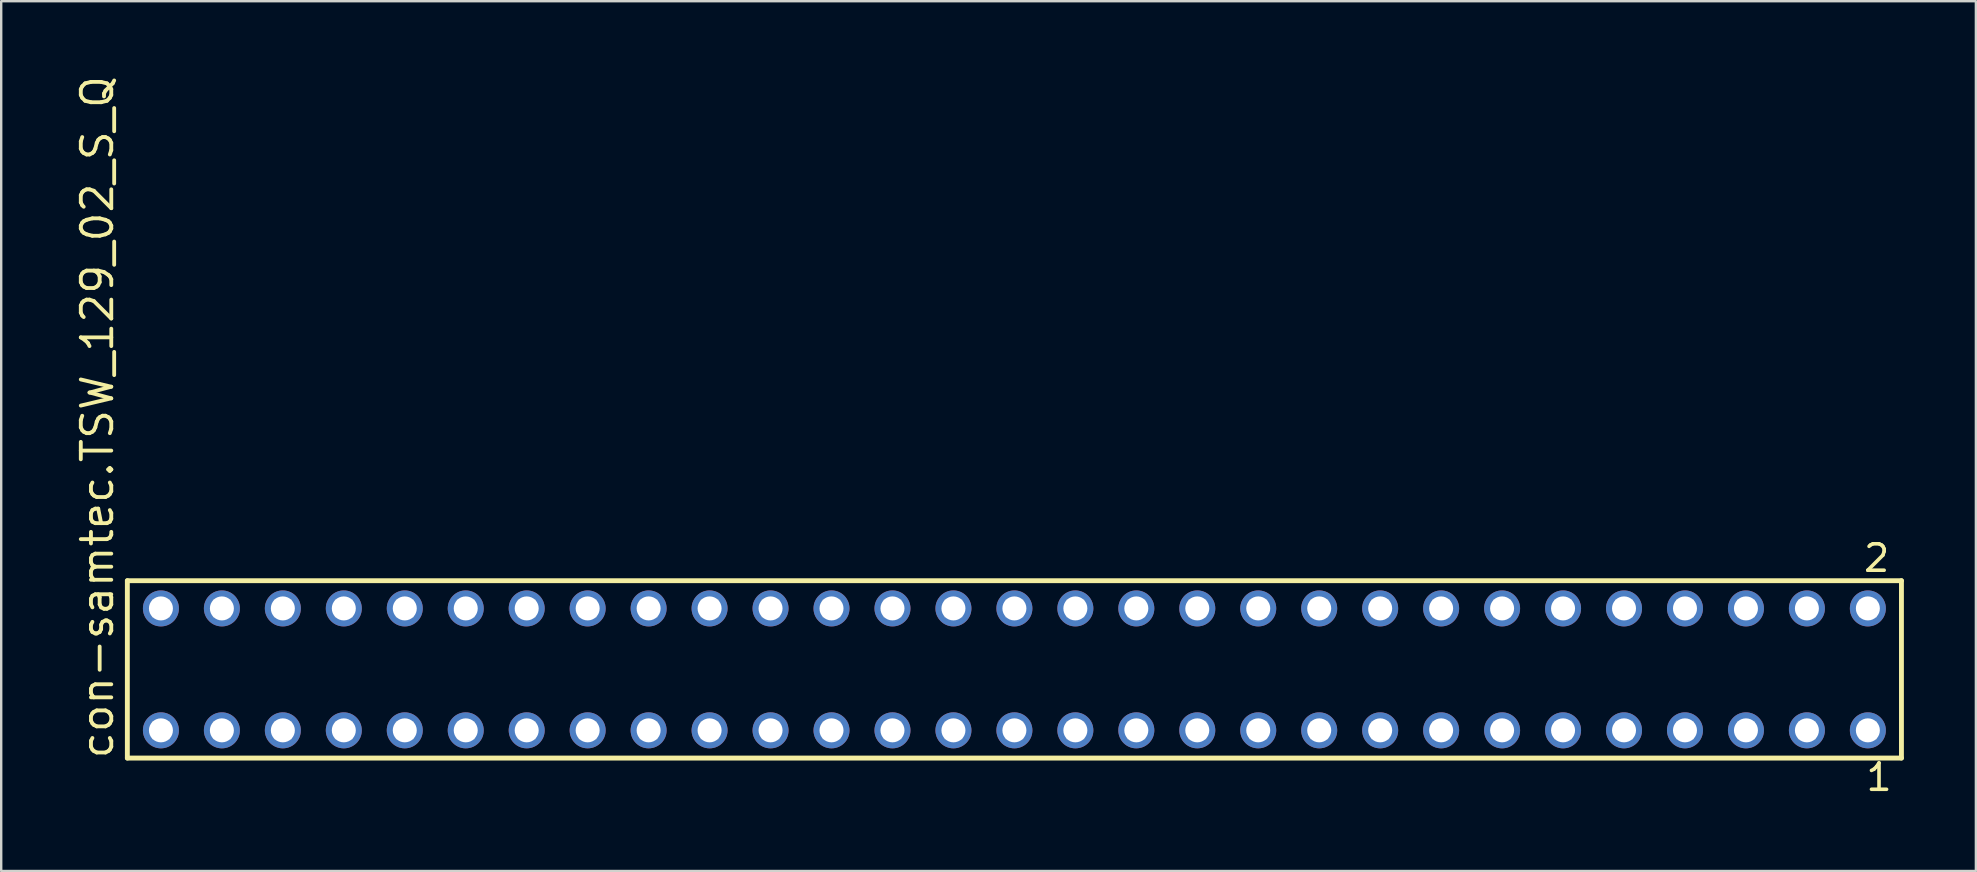
<source format=kicad_pcb>
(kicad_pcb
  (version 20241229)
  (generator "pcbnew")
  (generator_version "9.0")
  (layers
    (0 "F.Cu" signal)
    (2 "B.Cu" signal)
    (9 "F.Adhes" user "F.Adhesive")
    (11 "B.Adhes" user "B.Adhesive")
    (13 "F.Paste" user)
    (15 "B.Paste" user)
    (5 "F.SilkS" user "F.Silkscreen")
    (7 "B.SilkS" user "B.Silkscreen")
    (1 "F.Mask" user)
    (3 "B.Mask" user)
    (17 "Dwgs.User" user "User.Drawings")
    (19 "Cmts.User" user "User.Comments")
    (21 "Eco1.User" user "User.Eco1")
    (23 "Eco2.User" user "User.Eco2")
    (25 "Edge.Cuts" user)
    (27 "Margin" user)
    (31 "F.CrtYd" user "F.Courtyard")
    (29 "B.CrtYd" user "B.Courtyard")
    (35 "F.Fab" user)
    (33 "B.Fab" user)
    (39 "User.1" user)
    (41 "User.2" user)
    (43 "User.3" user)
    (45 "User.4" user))
  (footprint "con-samtec.TSW_129_02_S_Q"
    (layer "F.Cu")
    (at 39.215 24.84)
    (property "Reference" "con-samtec.TSW_129_02_S_Q" (at -37.465 3.81 90) (layer "F.SilkS") (effects (font (size 1.27 1.27) (thickness 0.16)) (justify left bottom)))
    (attr through_hole)
    (fp_line (start -36.959 -3.695) (end 36.959 -3.695) (stroke (width 0.203) (type default)) (layer "F.SilkS"))
    (fp_line (start -36.959 3.695) (end -36.959 -3.695) (stroke (width 0.203) (type default)) (layer "F.SilkS"))
    (fp_line (start 36.959 -3.695) (end 36.959 3.695) (stroke (width 0.203) (type default)) (layer "F.SilkS"))
    (fp_line (start 36.959 3.695) (end -36.959 3.695) (stroke (width 0.203) (type default)) (layer "F.SilkS"))
    (fp_rect (start -35.91 -2.19) (end -35.21 -2.89) (stroke (width 0.05) (type default)) (fill no) (layer "F.Fab"))
    (fp_rect (start -35.91 2.89) (end -35.21 2.19) (stroke (width 0.05) (type default)) (fill no) (layer "F.Fab"))
    (fp_rect (start -33.37 -2.19) (end -32.67 -2.89) (stroke (width 0.05) (type default)) (fill no) (layer "F.Fab"))
    (fp_rect (start -33.37 2.89) (end -32.67 2.19) (stroke (width 0.05) (type default)) (fill no) (layer "F.Fab"))
    (fp_rect (start -30.83 -2.19) (end -30.13 -2.89) (stroke (width 0.05) (type default)) (fill no) (layer "F.Fab"))
    (fp_rect (start -30.83 2.89) (end -30.13 2.19) (stroke (width 0.05) (type default)) (fill no) (layer "F.Fab"))
    (fp_rect (start -28.29 -2.19) (end -27.59 -2.89) (stroke (width 0.05) (type default)) (fill no) (layer "F.Fab"))
    (fp_rect (start -28.29 2.89) (end -27.59 2.19) (stroke (width 0.05) (type default)) (fill no) (layer "F.Fab"))
    (fp_rect (start -25.75 -2.19) (end -25.05 -2.89) (stroke (width 0.05) (type default)) (fill no) (layer "F.Fab"))
    (fp_rect (start -25.75 2.89) (end -25.05 2.19) (stroke (width 0.05) (type default)) (fill no) (layer "F.Fab"))
    (fp_rect (start -23.21 -2.19) (end -22.51 -2.89) (stroke (width 0.05) (type default)) (fill no) (layer "F.Fab"))
    (fp_rect (start -23.21 2.89) (end -22.51 2.19) (stroke (width 0.05) (type default)) (fill no) (layer "F.Fab"))
    (fp_rect (start -20.67 -2.19) (end -19.97 -2.89) (stroke (width 0.05) (type default)) (fill no) (layer "F.Fab"))
    (fp_rect (start -20.67 2.89) (end -19.97 2.19) (stroke (width 0.05) (type default)) (fill no) (layer "F.Fab"))
    (fp_rect (start -18.13 -2.19) (end -17.43 -2.89) (stroke (width 0.05) (type default)) (fill no) (layer "F.Fab"))
    (fp_rect (start -18.13 2.89) (end -17.43 2.19) (stroke (width 0.05) (type default)) (fill no) (layer "F.Fab"))
    (fp_rect (start -15.59 -2.19) (end -14.89 -2.89) (stroke (width 0.05) (type default)) (fill no) (layer "F.Fab"))
    (fp_rect (start -15.59 2.89) (end -14.89 2.19) (stroke (width 0.05) (type default)) (fill no) (layer "F.Fab"))
    (fp_rect (start -13.05 -2.19) (end -12.35 -2.89) (stroke (width 0.05) (type default)) (fill no) (layer "F.Fab"))
    (fp_rect (start -13.05 2.89) (end -12.35 2.19) (stroke (width 0.05) (type default)) (fill no) (layer "F.Fab"))
    (fp_rect (start -10.51 -2.19) (end -9.81 -2.89) (stroke (width 0.05) (type default)) (fill no) (layer "F.Fab"))
    (fp_rect (start -10.51 2.89) (end -9.81 2.19) (stroke (width 0.05) (type default)) (fill no) (layer "F.Fab"))
    (fp_rect (start -7.97 -2.19) (end -7.27 -2.89) (stroke (width 0.05) (type default)) (fill no) (layer "F.Fab"))
    (fp_rect (start -7.97 2.89) (end -7.27 2.19) (stroke (width 0.05) (type default)) (fill no) (layer "F.Fab"))
    (fp_rect (start -5.43 -2.19) (end -4.73 -2.89) (stroke (width 0.05) (type default)) (fill no) (layer "F.Fab"))
    (fp_rect (start -5.43 2.89) (end -4.73 2.19) (stroke (width 0.05) (type default)) (fill no) (layer "F.Fab"))
    (fp_rect (start -2.89 -2.19) (end -2.19 -2.89) (stroke (width 0.05) (type default)) (fill no) (layer "F.Fab"))
    (fp_rect (start -2.89 2.89) (end -2.19 2.19) (stroke (width 0.05) (type default)) (fill no) (layer "F.Fab"))
    (fp_rect (start -0.35 -2.19) (end 0.35 -2.89) (stroke (width 0.05) (type default)) (fill no) (layer "F.Fab"))
    (fp_rect (start -0.35 2.89) (end 0.35 2.19) (stroke (width 0.05) (type default)) (fill no) (layer "F.Fab"))
    (fp_rect (start 2.19 -2.19) (end 2.89 -2.89) (stroke (width 0.05) (type default)) (fill no) (layer "F.Fab"))
    (fp_rect (start 2.19 2.89) (end 2.89 2.19) (stroke (width 0.05) (type default)) (fill no) (layer "F.Fab"))
    (fp_rect (start 4.73 -2.19) (end 5.43 -2.89) (stroke (width 0.05) (type default)) (fill no) (layer "F.Fab"))
    (fp_rect (start 4.73 2.89) (end 5.43 2.19) (stroke (width 0.05) (type default)) (fill no) (layer "F.Fab"))
    (fp_rect (start 7.27 -2.19) (end 7.97 -2.89) (stroke (width 0.05) (type default)) (fill no) (layer "F.Fab"))
    (fp_rect (start 7.27 2.89) (end 7.97 2.19) (stroke (width 0.05) (type default)) (fill no) (layer "F.Fab"))
    (fp_rect (start 9.81 -2.19) (end 10.51 -2.89) (stroke (width 0.05) (type default)) (fill no) (layer "F.Fab"))
    (fp_rect (start 9.81 2.89) (end 10.51 2.19) (stroke (width 0.05) (type default)) (fill no) (layer "F.Fab"))
    (fp_rect (start 12.35 -2.19) (end 13.05 -2.89) (stroke (width 0.05) (type default)) (fill no) (layer "F.Fab"))
    (fp_rect (start 12.35 2.89) (end 13.05 2.19) (stroke (width 0.05) (type default)) (fill no) (layer "F.Fab"))
    (fp_rect (start 14.89 -2.19) (end 15.59 -2.89) (stroke (width 0.05) (type default)) (fill no) (layer "F.Fab"))
    (fp_rect (start 14.89 2.89) (end 15.59 2.19) (stroke (width 0.05) (type default)) (fill no) (layer "F.Fab"))
    (fp_rect (start 17.43 -2.19) (end 18.13 -2.89) (stroke (width 0.05) (type default)) (fill no) (layer "F.Fab"))
    (fp_rect (start 17.43 2.89) (end 18.13 2.19) (stroke (width 0.05) (type default)) (fill no) (layer "F.Fab"))
    (fp_rect (start 19.97 -2.19) (end 20.67 -2.89) (stroke (width 0.05) (type default)) (fill no) (layer "F.Fab"))
    (fp_rect (start 19.97 2.89) (end 20.67 2.19) (stroke (width 0.05) (type default)) (fill no) (layer "F.Fab"))
    (fp_rect (start 22.51 -2.19) (end 23.21 -2.89) (stroke (width 0.05) (type default)) (fill no) (layer "F.Fab"))
    (fp_rect (start 22.51 2.89) (end 23.21 2.19) (stroke (width 0.05) (type default)) (fill no) (layer "F.Fab"))
    (fp_rect (start 25.05 -2.19) (end 25.75 -2.89) (stroke (width 0.05) (type default)) (fill no) (layer "F.Fab"))
    (fp_rect (start 25.05 2.89) (end 25.75 2.19) (stroke (width 0.05) (type default)) (fill no) (layer "F.Fab"))
    (fp_rect (start 27.59 -2.19) (end 28.29 -2.89) (stroke (width 0.05) (type default)) (fill no) (layer "F.Fab"))
    (fp_rect (start 27.59 2.89) (end 28.29 2.19) (stroke (width 0.05) (type default)) (fill no) (layer "F.Fab"))
    (fp_rect (start 30.13 -2.19) (end 30.83 -2.89) (stroke (width 0.05) (type default)) (fill no) (layer "F.Fab"))
    (fp_rect (start 30.13 2.89) (end 30.83 2.19) (stroke (width 0.05) (type default)) (fill no) (layer "F.Fab"))
    (fp_rect (start 32.67 -2.19) (end 33.37 -2.89) (stroke (width 0.05) (type default)) (fill no) (layer "F.Fab"))
    (fp_rect (start 32.67 2.89) (end 33.37 2.19) (stroke (width 0.05) (type default)) (fill no) (layer "F.Fab"))
    (fp_rect (start 35.21 -2.19) (end 35.91 -2.89) (stroke (width 0.05) (type default)) (fill no) (layer "F.Fab"))
    (fp_rect (start 35.21 2.89) (end 35.91 2.19) (stroke (width 0.05) (type default)) (fill no) (layer "F.Fab"))
    (fp_text user "2" (at 35.302 -3.989 0) (layer "F.SilkS") (effects (font (size 1.1 1.1) (thickness 0.15)) (justify left bottom)))
    (fp_text user "1" (at 35.402 5.138 0) (layer "F.SilkS") (effects (font (size 1.1 1.1) (thickness 0.15)) (justify left bottom)))
    (pad "1" thru_hole circle (at 35.56 2.54 180) (size 1.5 1.5) (drill 1) (layers "*.Cu" "*.Mask"))
    (pad "2" thru_hole circle (at 35.56 -2.54 180) (size 1.5 1.5) (drill 1) (layers "*.Cu" "*.Mask"))
    (pad "3" thru_hole circle (at 33.02 2.54 180) (size 1.5 1.5) (drill 1) (layers "*.Cu" "*.Mask"))
    (pad "4" thru_hole circle (at 33.02 -2.54 180) (size 1.5 1.5) (drill 1) (layers "*.Cu" "*.Mask"))
    (pad "5" thru_hole circle (at 30.48 2.54 180) (size 1.5 1.5) (drill 1) (layers "*.Cu" "*.Mask"))
    (pad "6" thru_hole circle (at 30.48 -2.54 180) (size 1.5 1.5) (drill 1) (layers "*.Cu" "*.Mask"))
    (pad "7" thru_hole circle (at 27.94 2.54 180) (size 1.5 1.5) (drill 1) (layers "*.Cu" "*.Mask"))
    (pad "8" thru_hole circle (at 27.94 -2.54 180) (size 1.5 1.5) (drill 1) (layers "*.Cu" "*.Mask"))
    (pad "9" thru_hole circle (at 25.4 2.54 180) (size 1.5 1.5) (drill 1) (layers "*.Cu" "*.Mask"))
    (pad "10" thru_hole circle (at 25.4 -2.54 180) (size 1.5 1.5) (drill 1) (layers "*.Cu" "*.Mask"))
    (pad "11" thru_hole circle (at 22.86 2.54 180) (size 1.5 1.5) (drill 1) (layers "*.Cu" "*.Mask"))
    (pad "12" thru_hole circle (at 22.86 -2.54 180) (size 1.5 1.5) (drill 1) (layers "*.Cu" "*.Mask"))
    (pad "13" thru_hole circle (at 20.32 2.54 180) (size 1.5 1.5) (drill 1) (layers "*.Cu" "*.Mask"))
    (pad "14" thru_hole circle (at 20.32 -2.54 180) (size 1.5 1.5) (drill 1) (layers "*.Cu" "*.Mask"))
    (pad "15" thru_hole circle (at 17.78 2.54 180) (size 1.5 1.5) (drill 1) (layers "*.Cu" "*.Mask"))
    (pad "16" thru_hole circle (at 17.78 -2.54 180) (size 1.5 1.5) (drill 1) (layers "*.Cu" "*.Mask"))
    (pad "17" thru_hole circle (at 15.24 2.54 180) (size 1.5 1.5) (drill 1) (layers "*.Cu" "*.Mask"))
    (pad "18" thru_hole circle (at 15.24 -2.54 180) (size 1.5 1.5) (drill 1) (layers "*.Cu" "*.Mask"))
    (pad "19" thru_hole circle (at 12.7 2.54 180) (size 1.5 1.5) (drill 1) (layers "*.Cu" "*.Mask"))
    (pad "20" thru_hole circle (at 12.7 -2.54 180) (size 1.5 1.5) (drill 1) (layers "*.Cu" "*.Mask"))
    (pad "21" thru_hole circle (at 10.16 2.54 180) (size 1.5 1.5) (drill 1) (layers "*.Cu" "*.Mask"))
    (pad "22" thru_hole circle (at 10.16 -2.54 180) (size 1.5 1.5) (drill 1) (layers "*.Cu" "*.Mask"))
    (pad "23" thru_hole circle (at 7.62 2.54 180) (size 1.5 1.5) (drill 1) (layers "*.Cu" "*.Mask"))
    (pad "24" thru_hole circle (at 7.62 -2.54 180) (size 1.5 1.5) (drill 1) (layers "*.Cu" "*.Mask"))
    (pad "25" thru_hole circle (at 5.08 2.54 180) (size 1.5 1.5) (drill 1) (layers "*.Cu" "*.Mask"))
    (pad "26" thru_hole circle (at 5.08 -2.54 180) (size 1.5 1.5) (drill 1) (layers "*.Cu" "*.Mask"))
    (pad "27" thru_hole circle (at 2.54 2.54 180) (size 1.5 1.5) (drill 1) (layers "*.Cu" "*.Mask"))
    (pad "28" thru_hole circle (at 2.54 -2.54 180) (size 1.5 1.5) (drill 1) (layers "*.Cu" "*.Mask"))
    (pad "29" thru_hole circle (at 0 2.54 180) (size 1.5 1.5) (drill 1) (layers "*.Cu" "*.Mask"))
    (pad "30" thru_hole circle (at 0 -2.54 180) (size 1.5 1.5) (drill 1) (layers "*.Cu" "*.Mask"))
    (pad "31" thru_hole circle (at -2.54 2.54 180) (size 1.5 1.5) (drill 1) (layers "*.Cu" "*.Mask"))
    (pad "32" thru_hole circle (at -2.54 -2.54 180) (size 1.5 1.5) (drill 1) (layers "*.Cu" "*.Mask"))
    (pad "33" thru_hole circle (at -5.08 2.54 180) (size 1.5 1.5) (drill 1) (layers "*.Cu" "*.Mask"))
    (pad "34" thru_hole circle (at -5.08 -2.54 180) (size 1.5 1.5) (drill 1) (layers "*.Cu" "*.Mask"))
    (pad "35" thru_hole circle (at -7.62 2.54 180) (size 1.5 1.5) (drill 1) (layers "*.Cu" "*.Mask"))
    (pad "36" thru_hole circle (at -7.62 -2.54 180) (size 1.5 1.5) (drill 1) (layers "*.Cu" "*.Mask"))
    (pad "37" thru_hole circle (at -10.16 2.54 180) (size 1.5 1.5) (drill 1) (layers "*.Cu" "*.Mask"))
    (pad "38" thru_hole circle (at -10.16 -2.54 180) (size 1.5 1.5) (drill 1) (layers "*.Cu" "*.Mask"))
    (pad "39" thru_hole circle (at -12.7 2.54 180) (size 1.5 1.5) (drill 1) (layers "*.Cu" "*.Mask"))
    (pad "40" thru_hole circle (at -12.7 -2.54 180) (size 1.5 1.5) (drill 1) (layers "*.Cu" "*.Mask"))
    (pad "41" thru_hole circle (at -15.24 2.54 180) (size 1.5 1.5) (drill 1) (layers "*.Cu" "*.Mask"))
    (pad "42" thru_hole circle (at -15.24 -2.54 180) (size 1.5 1.5) (drill 1) (layers "*.Cu" "*.Mask"))
    (pad "43" thru_hole circle (at -17.78 2.54 180) (size 1.5 1.5) (drill 1) (layers "*.Cu" "*.Mask"))
    (pad "44" thru_hole circle (at -17.78 -2.54 180) (size 1.5 1.5) (drill 1) (layers "*.Cu" "*.Mask"))
    (pad "45" thru_hole circle (at -20.32 2.54 180) (size 1.5 1.5) (drill 1) (layers "*.Cu" "*.Mask"))
    (pad "46" thru_hole circle (at -20.32 -2.54 180) (size 1.5 1.5) (drill 1) (layers "*.Cu" "*.Mask"))
    (pad "47" thru_hole circle (at -22.86 2.54 180) (size 1.5 1.5) (drill 1) (layers "*.Cu" "*.Mask"))
    (pad "48" thru_hole circle (at -22.86 -2.54 180) (size 1.5 1.5) (drill 1) (layers "*.Cu" "*.Mask"))
    (pad "49" thru_hole circle (at -25.4 2.54 180) (size 1.5 1.5) (drill 1) (layers "*.Cu" "*.Mask"))
    (pad "50" thru_hole circle (at -25.4 -2.54 180) (size 1.5 1.5) (drill 1) (layers "*.Cu" "*.Mask"))
    (pad "51" thru_hole circle (at -27.94 2.54 180) (size 1.5 1.5) (drill 1) (layers "*.Cu" "*.Mask"))
    (pad "52" thru_hole circle (at -27.94 -2.54 180) (size 1.5 1.5) (drill 1) (layers "*.Cu" "*.Mask"))
    (pad "53" thru_hole circle (at -30.48 2.54 180) (size 1.5 1.5) (drill 1) (layers "*.Cu" "*.Mask"))
    (pad "54" thru_hole circle (at -30.48 -2.54 180) (size 1.5 1.5) (drill 1) (layers "*.Cu" "*.Mask"))
    (pad "55" thru_hole circle (at -33.02 2.54 180) (size 1.5 1.5) (drill 1) (layers "*.Cu" "*.Mask"))
    (pad "56" thru_hole circle (at -33.02 -2.54 180) (size 1.5 1.5) (drill 1) (layers "*.Cu" "*.Mask"))
    (pad "57" thru_hole circle (at -35.56 2.54 180) (size 1.5 1.5) (drill 1) (layers "*.Cu" "*.Mask"))
    (pad "58" thru_hole circle (at -35.56 -2.54 180) (size 1.5 1.5) (drill 1) (layers "*.Cu" "*.Mask")))
  (gr_rect
    (start -3 -3)
    (end 79.276 33.241)
    (stroke (width 0.1) (type default))
    (fill no)
    (layer "Edge.Cuts")))
</source>
